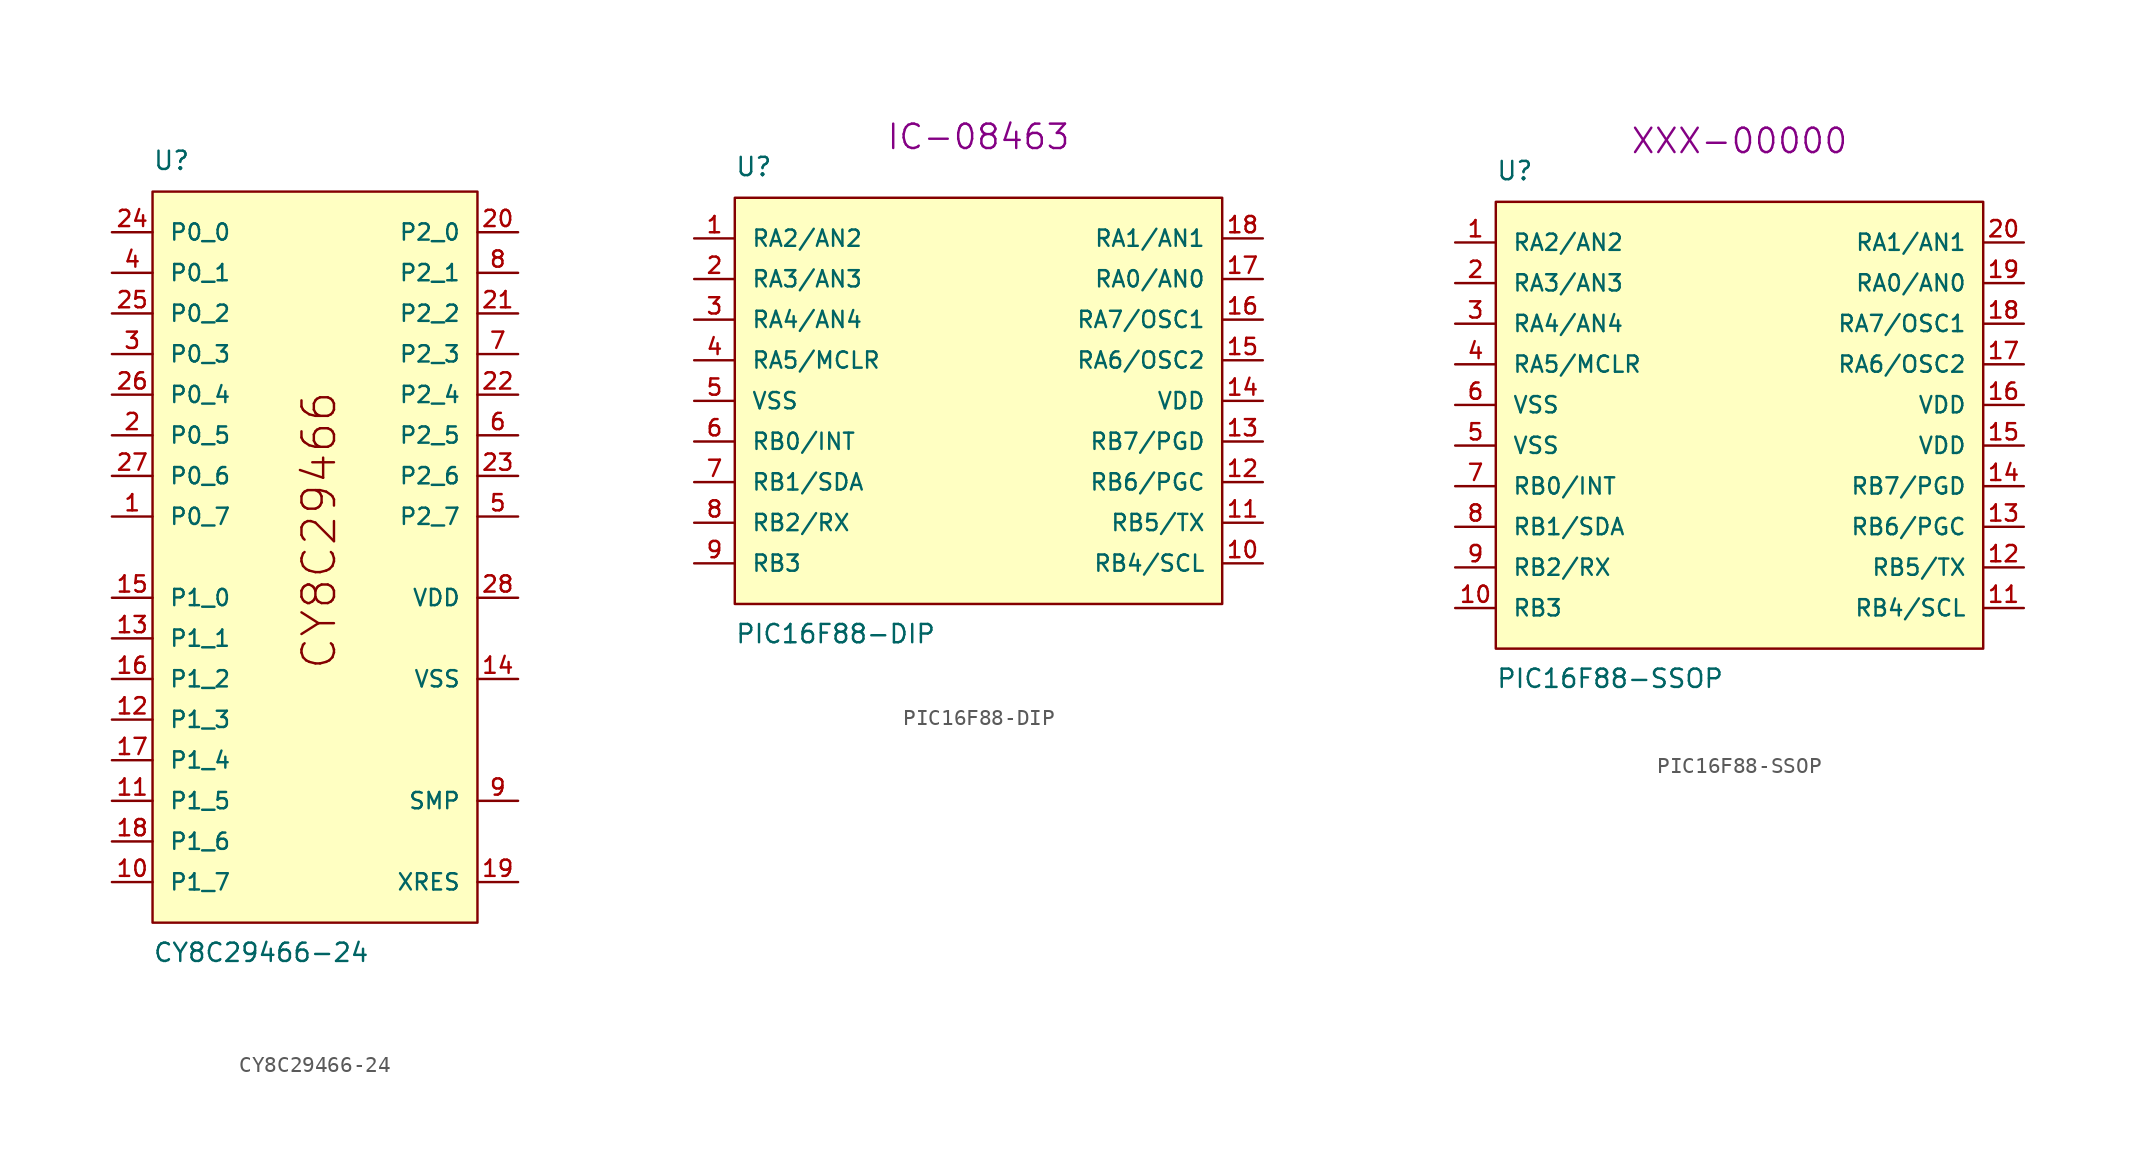
<source format=kicad_sym>
(kicad_symbol_lib
  (version 20201005)
  (generator kicad_symbol_editor)
  (symbol "CY8C29466-24"
    (pin_names
      (offset 1.016))
    (property "Reference" "U"
      (at -10.16 24.13 0)
      (effects (font (size 1.143 1.143)) (justify left bottom)))
    (property "Value" "CY8C29466-24"
      (at -10.16 -25.4 0)
      (effects (font (size 1.143 1.143)) (justify left bottom)))
    (property "ki_locked" ""
      (at 0 0 0)
      (effects (font (size 1.27 1.27))))
    (symbol "CY8C29466-24_1_0"
      (text "CY8C29466" (at 0.254 1.676 900) (effects (font (size 2.032 2.032)))))
    (symbol "CY8C29466-24_1_1"
      (polyline (pts (xy -10.16 22.86) (xy 10.16 22.86) (xy 10.16 -22.86) (xy -10.16 -22.86) (xy -10.16 22.86)) (stroke (width 0)) (fill (type background)))
      (pin bidirectional line (at -12.7 2.54 0) (length 2.54) (name "P0_7" (effects (font (size 1.016 1.016)))) (number "1" (effects (font (size 1.016 1.016)))))
      (pin bidirectional line (at -12.7 7.62 0) (length 2.54) (name "P0_5" (effects (font (size 1.016 1.016)))) (number "2" (effects (font (size 1.016 1.016)))))
      (pin bidirectional line (at -12.7 12.7 0) (length 2.54) (name "P0_3" (effects (font (size 1.016 1.016)))) (number "3" (effects (font (size 1.016 1.016)))))
      (pin bidirectional line (at -12.7 17.78 0) (length 2.54) (name "P0_1" (effects (font (size 1.016 1.016)))) (number "4" (effects (font (size 1.016 1.016)))))
      (pin bidirectional line (at 12.7 2.54 180) (length 2.54) (name "P2_7" (effects (font (size 1.016 1.016)))) (number "5" (effects (font (size 1.016 1.016)))))
      (pin bidirectional line (at 12.7 7.62 180) (length 2.54) (name "P2_5" (effects (font (size 1.016 1.016)))) (number "6" (effects (font (size 1.016 1.016)))))
      (pin bidirectional line (at 12.7 12.7 180) (length 2.54) (name "P2_3" (effects (font (size 1.016 1.016)))) (number "7" (effects (font (size 1.016 1.016)))))
      (pin bidirectional line (at 12.7 17.78 180) (length 2.54) (name "P2_1" (effects (font (size 1.016 1.016)))) (number "8" (effects (font (size 1.016 1.016)))))
      (pin bidirectional line (at 12.7 -15.24 180) (length 2.54) (name "SMP" (effects (font (size 1.016 1.016)))) (number "9" (effects (font (size 1.016 1.016)))))
      (pin bidirectional line (at -12.7 -20.32 0) (length 2.54) (name "P1_7" (effects (font (size 1.016 1.016)))) (number "10" (effects (font (size 1.016 1.016)))))
      (pin bidirectional line (at 12.7 20.32 180) (length 2.54) (name "P2_0" (effects (font (size 1.016 1.016)))) (number "20" (effects (font (size 1.016 1.016)))))
      (pin bidirectional line (at -12.7 -15.24 0) (length 2.54) (name "P1_5" (effects (font (size 1.016 1.016)))) (number "11" (effects (font (size 1.016 1.016)))))
      (pin bidirectional line (at 12.7 15.24 180) (length 2.54) (name "P2_2" (effects (font (size 1.016 1.016)))) (number "21" (effects (font (size 1.016 1.016)))))
      (pin bidirectional line (at -12.7 -10.16 0) (length 2.54) (name "P1_3" (effects (font (size 1.016 1.016)))) (number "12" (effects (font (size 1.016 1.016)))))
      (pin bidirectional line (at 12.7 10.16 180) (length 2.54) (name "P2_4" (effects (font (size 1.016 1.016)))) (number "22" (effects (font (size 1.016 1.016)))))
      (pin bidirectional line (at -12.7 -5.08 0) (length 2.54) (name "P1_1" (effects (font (size 1.016 1.016)))) (number "13" (effects (font (size 1.016 1.016)))))
      (pin bidirectional line (at 12.7 5.08 180) (length 2.54) (name "P2_6" (effects (font (size 1.016 1.016)))) (number "23" (effects (font (size 1.016 1.016)))))
      (pin power_in line (at 12.7 -7.62 180) (length 2.54) (name "VSS" (effects (font (size 1.016 1.016)))) (number "14" (effects (font (size 1.016 1.016)))))
      (pin bidirectional line (at -12.7 20.32 0) (length 2.54) (name "P0_0" (effects (font (size 1.016 1.016)))) (number "24" (effects (font (size 1.016 1.016)))))
      (pin bidirectional line (at -12.7 -2.54 0) (length 2.54) (name "P1_0" (effects (font (size 1.016 1.016)))) (number "15" (effects (font (size 1.016 1.016)))))
      (pin bidirectional line (at -12.7 15.24 0) (length 2.54) (name "P0_2" (effects (font (size 1.016 1.016)))) (number "25" (effects (font (size 1.016 1.016)))))
      (pin bidirectional line (at -12.7 -7.62 0) (length 2.54) (name "P1_2" (effects (font (size 1.016 1.016)))) (number "16" (effects (font (size 1.016 1.016)))))
      (pin bidirectional line (at -12.7 10.16 0) (length 2.54) (name "P0_4" (effects (font (size 1.016 1.016)))) (number "26" (effects (font (size 1.016 1.016)))))
      (pin bidirectional line (at -12.7 -12.7 0) (length 2.54) (name "P1_4" (effects (font (size 1.016 1.016)))) (number "17" (effects (font (size 1.016 1.016)))))
      (pin bidirectional line (at -12.7 5.08 0) (length 2.54) (name "P0_6" (effects (font (size 1.016 1.016)))) (number "27" (effects (font (size 1.016 1.016)))))
      (pin bidirectional line (at -12.7 -17.78 0) (length 2.54) (name "P1_6" (effects (font (size 1.016 1.016)))) (number "18" (effects (font (size 1.016 1.016)))))
      (pin power_in line (at 12.7 -2.54 180) (length 2.54) (name "VDD" (effects (font (size 1.016 1.016)))) (number "28" (effects (font (size 1.016 1.016)))))
      (pin bidirectional line (at 12.7 -20.32 180) (length 2.54) (name "XRES" (effects (font (size 1.016 1.016)))) (number "19" (effects (font (size 1.016 1.016)))))))
  (symbol "PIC16F88-DIP"
    (pin_names
      (offset 1.016))
    (property "Reference" "U"
      (at -15.24 13.97 0)
      (effects (font (size 1.143 1.143)) (justify left bottom)))
    (property "Value" "PIC16F88-DIP"
      (at -15.24 -15.24 0)
      (effects (font (size 1.143 1.143)) (justify left bottom)))
    (property "Field4" "IC-08463"
      (at 0 16.51 0)
      (effects (font (size 1.524 1.524))))
    (property "ki_locked" ""
      (at 0 0 0)
      (effects (font (size 1.27 1.27))))
    (symbol "PIC16F88-DIP_1_1"
      (polyline (pts (xy 15.24 -12.7) (xy -15.24 -12.7) (xy -15.24 12.7) (xy 15.24 12.7) (xy 15.24 -12.7)) (stroke (width 0)) (fill (type background)))
      (pin bidirectional line (at -17.78 10.16 0) (length 2.54) (name "RA2/AN2" (effects (font (size 1.016 1.016)))) (number "1" (effects (font (size 1.016 1.016)))))
      (pin bidirectional line (at -17.78 7.62 0) (length 2.54) (name "RA3/AN3" (effects (font (size 1.016 1.016)))) (number "2" (effects (font (size 1.016 1.016)))))
      (pin bidirectional line (at -17.78 5.08 0) (length 2.54) (name "RA4/AN4" (effects (font (size 1.016 1.016)))) (number "3" (effects (font (size 1.016 1.016)))))
      (pin input line (at -17.78 2.54 0) (length 2.54) (name "RA5/MCLR" (effects (font (size 1.016 1.016)))) (number "4" (effects (font (size 1.016 1.016)))))
      (pin power_in line (at -17.78 0 0) (length 2.54) (name "VSS" (effects (font (size 1.016 1.016)))) (number "5" (effects (font (size 1.016 1.016)))))
      (pin bidirectional line (at -17.78 -2.54 0) (length 2.54) (name "RB0/INT" (effects (font (size 1.016 1.016)))) (number "6" (effects (font (size 1.016 1.016)))))
      (pin bidirectional line (at -17.78 -5.08 0) (length 2.54) (name "RB1/SDA" (effects (font (size 1.016 1.016)))) (number "7" (effects (font (size 1.016 1.016)))))
      (pin bidirectional line (at -17.78 -7.62 0) (length 2.54) (name "RB2/RX" (effects (font (size 1.016 1.016)))) (number "8" (effects (font (size 1.016 1.016)))))
      (pin bidirectional line (at -17.78 -10.16 0) (length 2.54) (name "RB3" (effects (font (size 1.016 1.016)))) (number "9" (effects (font (size 1.016 1.016)))))
      (pin bidirectional line (at 17.78 -10.16 180) (length 2.54) (name "RB4/SCL" (effects (font (size 1.016 1.016)))) (number "10" (effects (font (size 1.016 1.016)))))
      (pin bidirectional line (at 17.78 -7.62 180) (length 2.54) (name "RB5/TX" (effects (font (size 1.016 1.016)))) (number "11" (effects (font (size 1.016 1.016)))))
      (pin bidirectional line (at 17.78 -5.08 180) (length 2.54) (name "RB6/PGC" (effects (font (size 1.016 1.016)))) (number "12" (effects (font (size 1.016 1.016)))))
      (pin bidirectional line (at 17.78 -2.54 180) (length 2.54) (name "RB7/PGD" (effects (font (size 1.016 1.016)))) (number "13" (effects (font (size 1.016 1.016)))))
      (pin power_in line (at 17.78 0 180) (length 2.54) (name "VDD" (effects (font (size 1.016 1.016)))) (number "14" (effects (font (size 1.016 1.016)))))
      (pin bidirectional line (at 17.78 2.54 180) (length 2.54) (name "RA6/OSC2" (effects (font (size 1.016 1.016)))) (number "15" (effects (font (size 1.016 1.016)))))
      (pin bidirectional line (at 17.78 5.08 180) (length 2.54) (name "RA7/OSC1" (effects (font (size 1.016 1.016)))) (number "16" (effects (font (size 1.016 1.016)))))
      (pin bidirectional line (at 17.78 7.62 180) (length 2.54) (name "RA0/AN0" (effects (font (size 1.016 1.016)))) (number "17" (effects (font (size 1.016 1.016)))))
      (pin bidirectional line (at 17.78 10.16 180) (length 2.54) (name "RA1/AN1" (effects (font (size 1.016 1.016)))) (number "18" (effects (font (size 1.016 1.016)))))))
  (symbol "PIC16F88-SSOP"
    (pin_names
      (offset 1.016))
    (property "Reference" "U"
      (at -15.24 13.97 0)
      (effects (font (size 1.143 1.143)) (justify left bottom)))
    (property "Value" "PIC16F88-SSOP"
      (at -15.24 -17.78 0)
      (effects (font (size 1.143 1.143)) (justify left bottom)))
    (property "Field4" "XXX-00000"
      (at 0 16.51 0)
      (effects (font (size 1.524 1.524))))
    (property "ki_locked" ""
      (at 0 0 0)
      (effects (font (size 1.27 1.27))))
    (symbol "PIC16F88-SSOP_1_1"
      (polyline (pts (xy 15.24 -15.24) (xy -15.24 -15.24) (xy -15.24 12.7) (xy 15.24 12.7) (xy 15.24 -15.24)) (stroke (width 0)) (fill (type background)))
      (pin bidirectional line (at -17.78 10.16 0) (length 2.54) (name "RA2/AN2" (effects (font (size 1.016 1.016)))) (number "1" (effects (font (size 1.016 1.016)))))
      (pin bidirectional line (at -17.78 7.62 0) (length 2.54) (name "RA3/AN3" (effects (font (size 1.016 1.016)))) (number "2" (effects (font (size 1.016 1.016)))))
      (pin bidirectional line (at -17.78 5.08 0) (length 2.54) (name "RA4/AN4" (effects (font (size 1.016 1.016)))) (number "3" (effects (font (size 1.016 1.016)))))
      (pin input line (at -17.78 2.54 0) (length 2.54) (name "RA5/MCLR" (effects (font (size 1.016 1.016)))) (number "4" (effects (font (size 1.016 1.016)))))
      (pin power_in line (at -17.78 -2.54 0) (length 2.54) (name "VSS" (effects (font (size 1.016 1.016)))) (number "5" (effects (font (size 1.016 1.016)))))
      (pin power_in line (at -17.78 0 0) (length 2.54) (name "VSS" (effects (font (size 1.016 1.016)))) (number "6" (effects (font (size 1.016 1.016)))))
      (pin bidirectional line (at -17.78 -5.08 0) (length 2.54) (name "RB0/INT" (effects (font (size 1.016 1.016)))) (number "7" (effects (font (size 1.016 1.016)))))
      (pin bidirectional line (at -17.78 -7.62 0) (length 2.54) (name "RB1/SDA" (effects (font (size 1.016 1.016)))) (number "8" (effects (font (size 1.016 1.016)))))
      (pin bidirectional line (at -17.78 -10.16 0) (length 2.54) (name "RB2/RX" (effects (font (size 1.016 1.016)))) (number "9" (effects (font (size 1.016 1.016)))))
      (pin bidirectional line (at -17.78 -12.7 0) (length 2.54) (name "RB3" (effects (font (size 1.016 1.016)))) (number "10" (effects (font (size 1.016 1.016)))))
      (pin bidirectional line (at 17.78 10.16 180) (length 2.54) (name "RA1/AN1" (effects (font (size 1.016 1.016)))) (number "20" (effects (font (size 1.016 1.016)))))
      (pin bidirectional line (at 17.78 -12.7 180) (length 2.54) (name "RB4/SCL" (effects (font (size 1.016 1.016)))) (number "11" (effects (font (size 1.016 1.016)))))
      (pin bidirectional line (at 17.78 -10.16 180) (length 2.54) (name "RB5/TX" (effects (font (size 1.016 1.016)))) (number "12" (effects (font (size 1.016 1.016)))))
      (pin bidirectional line (at 17.78 -7.62 180) (length 2.54) (name "RB6/PGC" (effects (font (size 1.016 1.016)))) (number "13" (effects (font (size 1.016 1.016)))))
      (pin bidirectional line (at 17.78 -5.08 180) (length 2.54) (name "RB7/PGD" (effects (font (size 1.016 1.016)))) (number "14" (effects (font (size 1.016 1.016)))))
      (pin power_in line (at 17.78 -2.54 180) (length 2.54) (name "VDD" (effects (font (size 1.016 1.016)))) (number "15" (effects (font (size 1.016 1.016)))))
      (pin power_in line (at 17.78 0 180) (length 2.54) (name "VDD" (effects (font (size 1.016 1.016)))) (number "16" (effects (font (size 1.016 1.016)))))
      (pin bidirectional line (at 17.78 2.54 180) (length 2.54) (name "RA6/OSC2" (effects (font (size 1.016 1.016)))) (number "17" (effects (font (size 1.016 1.016)))))
      (pin bidirectional line (at 17.78 5.08 180) (length 2.54) (name "RA7/OSC1" (effects (font (size 1.016 1.016)))) (number "18" (effects (font (size 1.016 1.016)))))
      (pin bidirectional line (at 17.78 7.62 180) (length 2.54) (name "RA0/AN0" (effects (font (size 1.016 1.016)))) (number "19" (effects (font (size 1.016 1.016))))))))
</source>
